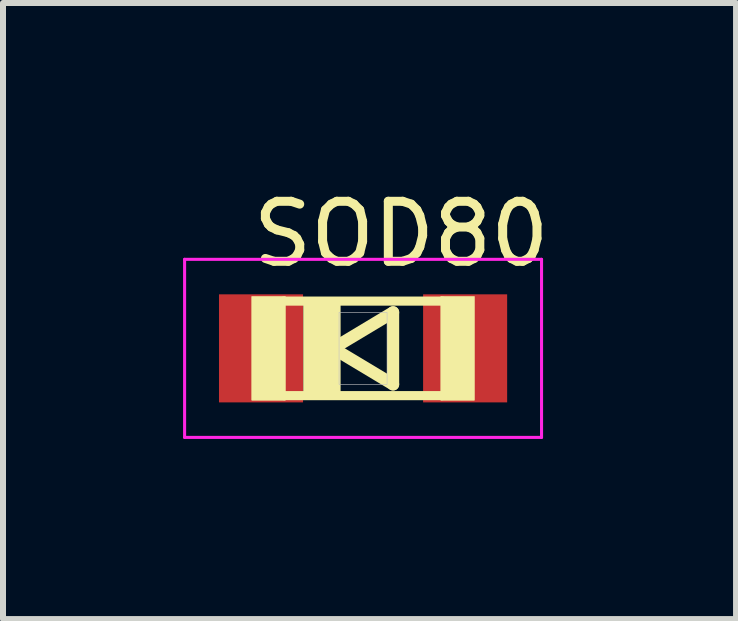
<source format=kicad_pcb>
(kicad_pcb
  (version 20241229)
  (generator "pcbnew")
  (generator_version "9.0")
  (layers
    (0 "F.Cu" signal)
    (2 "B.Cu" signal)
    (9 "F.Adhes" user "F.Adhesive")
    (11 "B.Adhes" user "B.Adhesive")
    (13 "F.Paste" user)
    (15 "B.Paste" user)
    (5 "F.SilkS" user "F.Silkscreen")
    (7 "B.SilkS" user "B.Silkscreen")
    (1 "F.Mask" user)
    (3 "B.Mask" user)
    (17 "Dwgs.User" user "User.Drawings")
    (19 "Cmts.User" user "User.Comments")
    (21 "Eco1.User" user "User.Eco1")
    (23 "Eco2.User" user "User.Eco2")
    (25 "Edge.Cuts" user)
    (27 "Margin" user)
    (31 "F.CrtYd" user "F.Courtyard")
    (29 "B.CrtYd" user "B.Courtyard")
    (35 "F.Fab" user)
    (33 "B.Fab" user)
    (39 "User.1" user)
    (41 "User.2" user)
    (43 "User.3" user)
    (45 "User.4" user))
  (footprint "SOD80"
    (layer "F.Cu")
    (at 2.998 2.753)
    (property "Reference" "SOD80" (at 0.635 -1.905 0) (layer "F.SilkS") (effects (font (size 1 1) (thickness 0.15))))
    (attr through_hole)
    (fp_line (start -0.5 0) (end 0.5 0.6) (stroke (width 0.203) (type solid)) (layer "F.SilkS"))
    (fp_line (start 0.5 -0.6) (end -0.5 0) (stroke (width 0.203) (type solid)) (layer "F.SilkS"))
    (fp_line (start 0.5 0.6) (end 0.5 -0.6) (stroke (width 0.203) (type solid)) (layer "F.SilkS"))
    (fp_line (start 1.321 -0.787) (end -1.321 -0.787) (stroke (width 0.152) (type solid)) (layer "F.SilkS"))
    (fp_line (start 1.321 0.787) (end -1.321 0.787) (stroke (width 0.152) (type solid)) (layer "F.SilkS"))
    (fp_poly (pts (xy -1.854 -0.864) (xy -1.295 -0.864) (xy -1.295 0.864) (xy -1.854 0.864)) (stroke (width 0.01) (type solid)) (fill yes) (layer "F.SilkS"))
    (fp_poly (pts (xy -0.991 -0.787) (xy -0.381 -0.787) (xy -0.381 0.787) (xy -0.991 0.787)) (stroke (width 0.01) (type solid)) (fill yes) (layer "F.SilkS"))
    (fp_poly (pts (xy 1.295 -0.864) (xy 1.854 -0.864) (xy 1.854 0.864) (xy 1.295 0.864)) (stroke (width 0.01) (type solid)) (fill yes) (layer "F.SilkS"))
    (fp_poly (pts (xy -0.4 -0.6) (xy 0.4 -0.6) (xy 0.4 0.6) (xy -0.4 0.6)) (stroke (width 0.01) (type solid)) (fill no) (layer "Dwgs.User"))
    (fp_line (start -2.973 -1.483) (end 2.973 -1.483) (stroke (width 0.051) (type solid)) (layer "F.CrtYd"))
    (fp_line (start -2.973 1.483) (end -2.973 -1.483) (stroke (width 0.051) (type solid)) (layer "F.CrtYd"))
    (fp_line (start 2.973 -1.483) (end 2.973 1.483) (stroke (width 0.051) (type solid)) (layer "F.CrtYd"))
    (fp_line (start 2.973 1.483) (end -2.973 1.483) (stroke (width 0.051) (type solid)) (layer "F.CrtYd"))
    (pad "A" smd rect (at 1.7 0) (size 1.4 1.8) (layers "F.Cu" "F.Mask" "F.Paste"))
    (pad "C" smd rect (at -1.7 0) (size 1.4 1.8) (layers "F.Cu" "F.Mask" "F.Paste")))
  (gr_rect
    (start -3 -3)
    (end 9.211 7.262)
    (stroke (width 0.1) (type default))
    (fill no)
    (layer "Edge.Cuts")))
</source>
